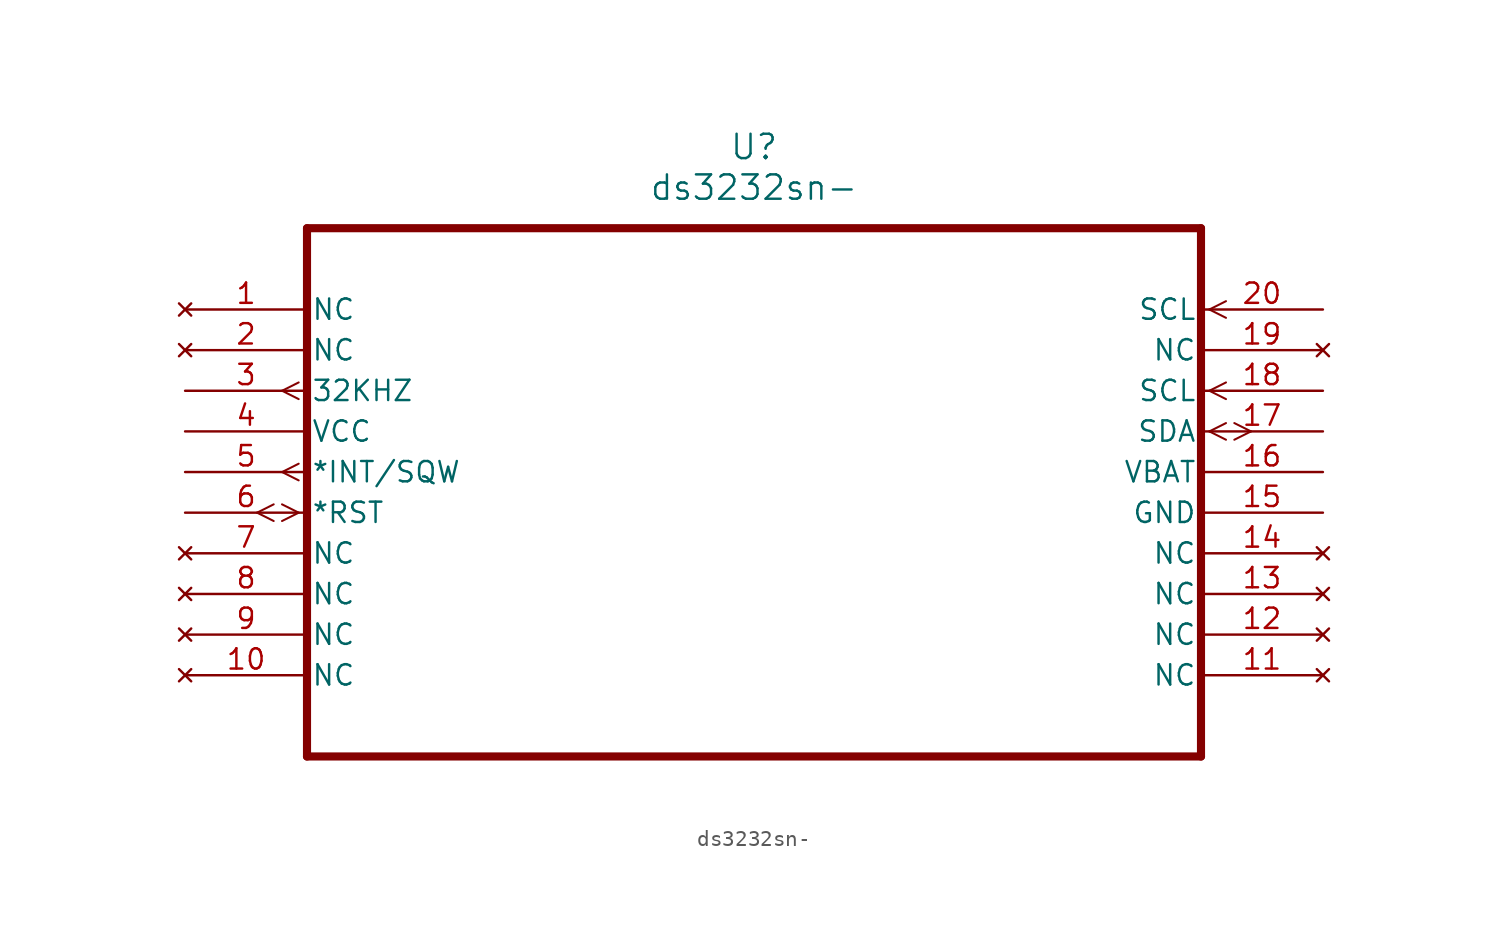
<source format=kicad_sym>
(kicad_symbol_lib
  (version 20241209)
  (generator "kicad_symbol_editor")
  (generator_version "9.0")
  (symbol "ds3232sn-"
    (pin_names
      (offset 0.254))
    (property "Reference" "U"
      (at 35.56 10.16 0)
      (effects (font (size 1.524 1.524))))
    (property "Value" "ds3232sn-"
      (at 35.56 7.62 0)
      (effects (font (size 1.524 1.524))))
    (property "ki_locked" ""
      (at 0 0 0)
      (effects (font (size 1.27 1.27))))
    (symbol "ds3232sn-_0_1"
      (polyline (pts (xy 5.537 -12.179) (xy 4.496 -12.7)) (stroke (width 0.127) (type default)) (fill (type none)))
      (polyline (pts (xy 5.537 -13.221) (xy 4.496 -12.7)) (stroke (width 0.127) (type default)) (fill (type none)))
      (polyline (pts (xy 7.099 -4.559) (xy 6.058 -5.08)) (stroke (width 0.127) (type default)) (fill (type none)))
      (polyline (pts (xy 7.099 -5.601) (xy 6.058 -5.08)) (stroke (width 0.127) (type default)) (fill (type none)))
      (polyline (pts (xy 7.099 -9.639) (xy 6.058 -10.16)) (stroke (width 0.127) (type default)) (fill (type none)))
      (polyline (pts (xy 7.099 -10.681) (xy 6.058 -10.16)) (stroke (width 0.127) (type default)) (fill (type none)))
      (polyline (pts (xy 7.099 -12.7) (xy 6.058 -12.179)) (stroke (width 0.127) (type default)) (fill (type none)))
      (polyline (pts (xy 7.099 -12.7) (xy 6.058 -13.221)) (stroke (width 0.127) (type default)) (fill (type none)))
      (polyline (pts (xy 64.021 0) (xy 65.062 0.521)) (stroke (width 0.127) (type default)) (fill (type none)))
      (polyline (pts (xy 64.021 0) (xy 65.062 -0.521)) (stroke (width 0.127) (type default)) (fill (type none)))
      (polyline (pts (xy 64.021 -5.08) (xy 65.062 -4.559)) (stroke (width 0.127) (type default)) (fill (type none)))
      (polyline (pts (xy 64.021 -5.08) (xy 65.062 -5.601)) (stroke (width 0.127) (type default)) (fill (type none)))
      (polyline (pts (xy 64.021 -7.62) (xy 65.062 -7.099)) (stroke (width 0.127) (type default)) (fill (type none)))
      (polyline (pts (xy 64.021 -7.62) (xy 65.062 -8.141)) (stroke (width 0.127) (type default)) (fill (type none)))
      (polyline (pts (xy 65.583 -7.099) (xy 66.624 -7.62)) (stroke (width 0.127) (type default)) (fill (type none)))
      (polyline (pts (xy 65.583 -8.141) (xy 66.624 -7.62)) (stroke (width 0.127) (type default)) (fill (type none)))
      (pin no_connect line (at 0 0 0) (length 7.62) (name "NC" (effects (font (size 1.27 1.27)))) (number "1" (effects (font (size 1.27 1.27)))))
      (pin no_connect line (at 0 -2.54 0) (length 7.62) (name "NC" (effects (font (size 1.27 1.27)))) (number "2" (effects (font (size 1.27 1.27)))))
      (pin output line (at 0 -5.08 0) (length 7.62) (name "32KHZ" (effects (font (size 1.27 1.27)))) (number "3" (effects (font (size 1.27 1.27)))))
      (pin power_in line (at 0 -7.62 0) (length 7.62) (name "VCC" (effects (font (size 1.27 1.27)))) (number "4" (effects (font (size 1.27 1.27)))))
      (pin output line (at 0 -10.16 0) (length 7.62) (name "*INT/SQW" (effects (font (size 1.27 1.27)))) (number "5" (effects (font (size 1.27 1.27)))))
      (pin bidirectional line (at 0 -12.7 0) (length 7.62) (name "*RST" (effects (font (size 1.27 1.27)))) (number "6" (effects (font (size 1.27 1.27)))))
      (pin no_connect line (at 0 -15.24 0) (length 7.62) (name "NC" (effects (font (size 1.27 1.27)))) (number "7" (effects (font (size 1.27 1.27)))))
      (pin no_connect line (at 0 -17.78 0) (length 7.62) (name "NC" (effects (font (size 1.27 1.27)))) (number "8" (effects (font (size 1.27 1.27)))))
      (pin no_connect line (at 0 -20.32 0) (length 7.62) (name "NC" (effects (font (size 1.27 1.27)))) (number "9" (effects (font (size 1.27 1.27)))))
      (pin no_connect line (at 0 -22.86 0) (length 7.62) (name "NC" (effects (font (size 1.27 1.27)))) (number "10" (effects (font (size 1.27 1.27)))))
      (pin input line (at 71.12 0 180) (length 7.62) (name "SCL" (effects (font (size 1.27 1.27)))) (number "20" (effects (font (size 1.27 1.27)))))
      (pin no_connect line (at 71.12 -2.54 180) (length 7.62) (name "NC" (effects (font (size 1.27 1.27)))) (number "19" (effects (font (size 1.27 1.27)))))
      (pin input line (at 71.12 -5.08 180) (length 7.62) (name "SCL" (effects (font (size 1.27 1.27)))) (number "18" (effects (font (size 1.27 1.27)))))
      (pin bidirectional line (at 71.12 -7.62 180) (length 7.62) (name "SDA" (effects (font (size 1.27 1.27)))) (number "17" (effects (font (size 1.27 1.27)))))
      (pin power_in line (at 71.12 -10.16 180) (length 7.62) (name "VBAT" (effects (font (size 1.27 1.27)))) (number "16" (effects (font (size 1.27 1.27)))))
      (pin power_in line (at 71.12 -12.7 180) (length 7.62) (name "GND" (effects (font (size 1.27 1.27)))) (number "15" (effects (font (size 1.27 1.27)))))
      (pin no_connect line (at 71.12 -15.24 180) (length 7.62) (name "NC" (effects (font (size 1.27 1.27)))) (number "14" (effects (font (size 1.27 1.27)))))
      (pin no_connect line (at 71.12 -17.78 180) (length 7.62) (name "NC" (effects (font (size 1.27 1.27)))) (number "13" (effects (font (size 1.27 1.27)))))
      (pin no_connect line (at 71.12 -20.32 180) (length 7.62) (name "NC" (effects (font (size 1.27 1.27)))) (number "12" (effects (font (size 1.27 1.27)))))
      (pin no_connect line (at 71.12 -22.86 180) (length 7.62) (name "NC" (effects (font (size 1.27 1.27)))) (number "11" (effects (font (size 1.27 1.27))))))
    (symbol "ds3232sn-_1_1"
      (polyline (pts (xy 7.62 5.08) (xy 7.62 -27.94)) (stroke (width 0.508) (type solid)) (fill (type none)))
      (polyline (pts (xy 7.62 -27.94) (xy 63.5 -27.94)) (stroke (width 0.508) (type solid)) (fill (type none)))
      (polyline (pts (xy 63.5 5.08) (xy 7.62 5.08)) (stroke (width 0.508) (type solid)) (fill (type none)))
      (polyline (pts (xy 63.5 -27.94) (xy 63.5 5.08)) (stroke (width 0.508) (type solid)) (fill (type none))))))
</source>
